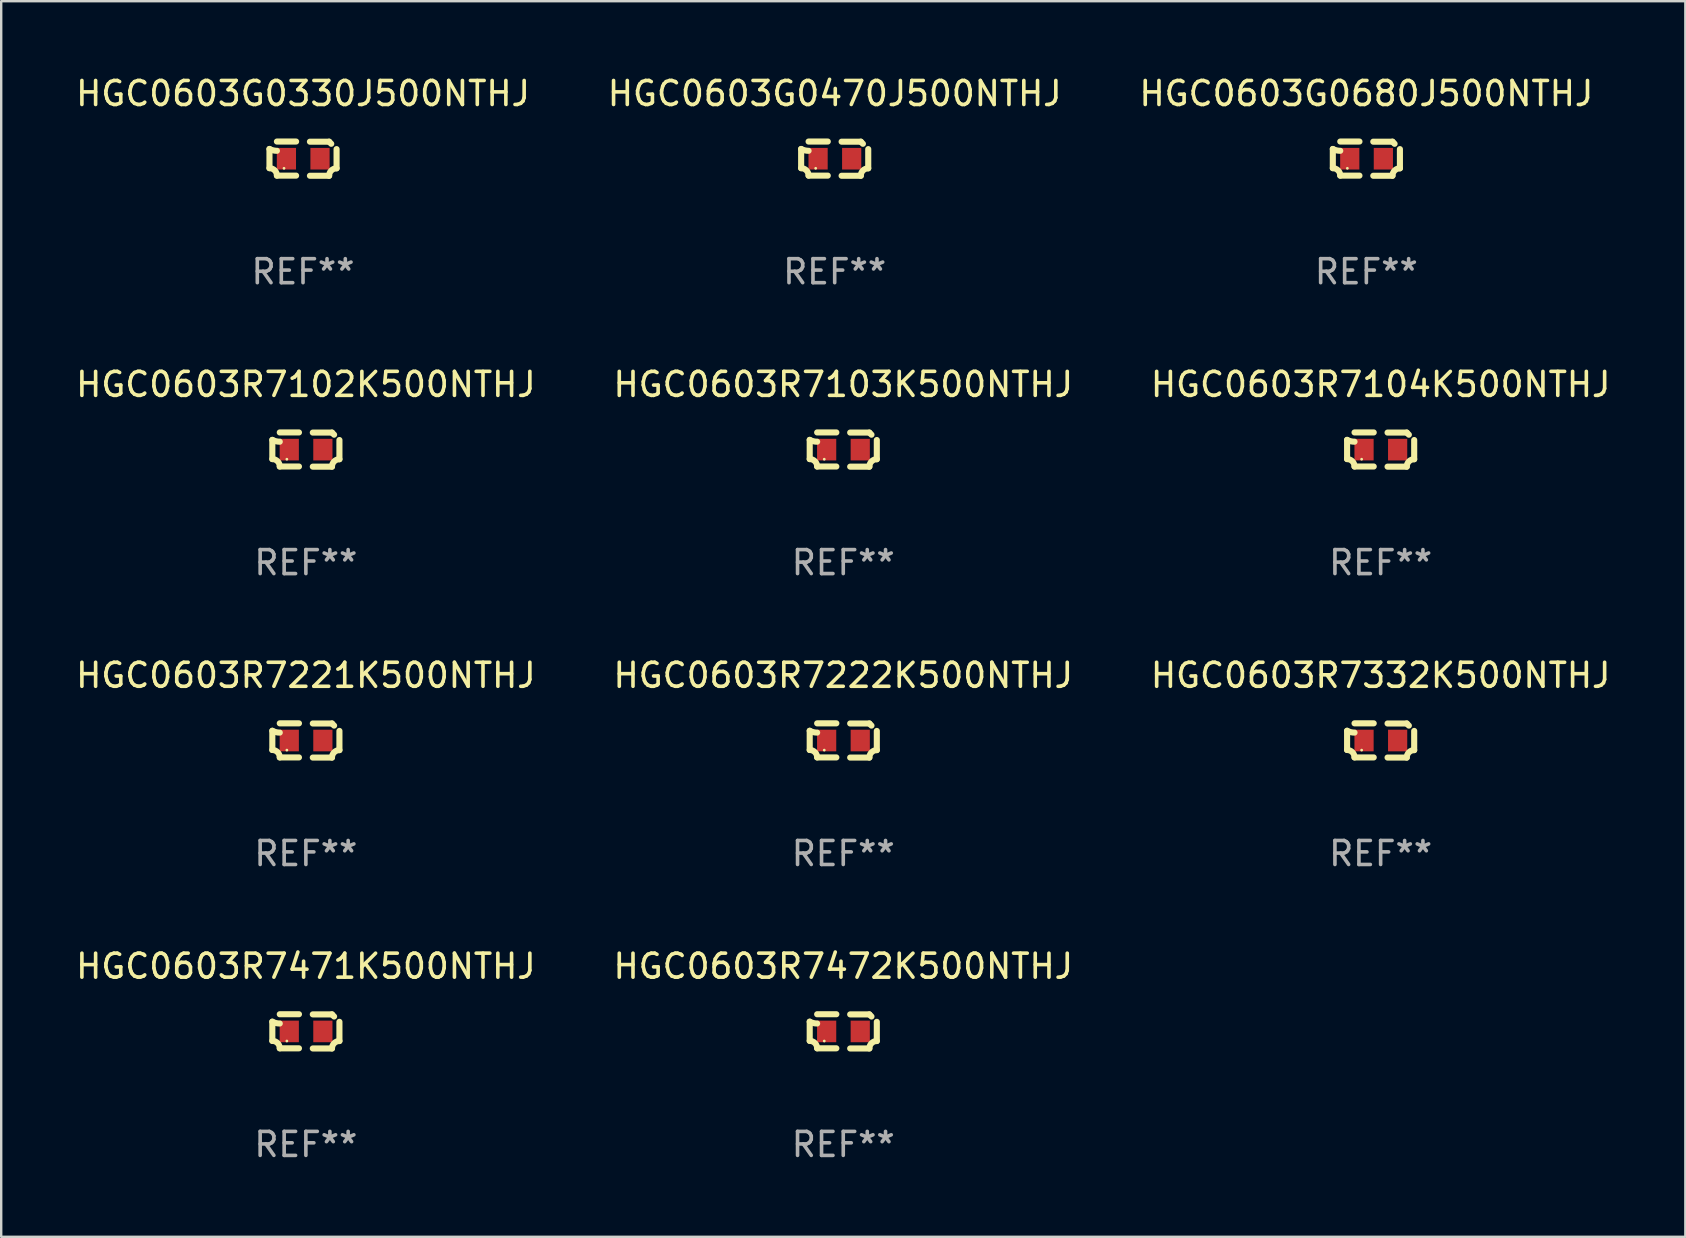
<source format=kicad_pcb>
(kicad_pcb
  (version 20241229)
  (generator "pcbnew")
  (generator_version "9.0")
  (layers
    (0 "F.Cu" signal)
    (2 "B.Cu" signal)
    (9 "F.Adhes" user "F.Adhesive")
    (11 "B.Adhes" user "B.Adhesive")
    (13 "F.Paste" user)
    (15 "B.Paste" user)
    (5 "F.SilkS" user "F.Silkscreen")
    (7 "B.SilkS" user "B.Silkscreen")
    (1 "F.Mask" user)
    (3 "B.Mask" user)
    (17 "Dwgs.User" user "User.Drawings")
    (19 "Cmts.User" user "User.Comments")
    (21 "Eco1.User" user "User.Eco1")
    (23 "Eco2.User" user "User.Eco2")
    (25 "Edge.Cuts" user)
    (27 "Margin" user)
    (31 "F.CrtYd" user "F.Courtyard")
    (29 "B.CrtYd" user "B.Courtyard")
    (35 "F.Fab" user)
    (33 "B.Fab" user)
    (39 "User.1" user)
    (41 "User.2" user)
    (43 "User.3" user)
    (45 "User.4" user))
  (footprint "HGC0603R7102K500NTHJ"
    (layer "F.Cu")
    (at 9.696 15.683)
    (property "Reference" "HGC0603R7102K500NTHJ" (at 0 -2.713 0) (layer "F.SilkS") (effects (font (size 1 1) (thickness 0.15))))
    (attr through_hole)
    (fp_line (start -1.398 -0.403) (end -1.398 0.397) (stroke (width 0.254) (type solid)) (layer "F.SilkS"))
    (fp_line (start -0.288 -0.713) (end -1.088 -0.713) (stroke (width 0.254) (type solid)) (layer "F.SilkS"))
    (fp_line (start -0.288 0.707) (end -1.088 0.707) (stroke (width 0.254) (type solid)) (layer "F.SilkS"))
    (fp_line (start 0.288 -0.707) (end 1.088 -0.707) (stroke (width 0.254) (type solid)) (layer "F.SilkS"))
    (fp_line (start 0.288 0.713) (end 1.088 0.713) (stroke (width 0.254) (type solid)) (layer "F.SilkS"))
    (fp_line (start 1.398 -0.397) (end 1.398 0.403) (stroke (width 0.254) (type solid)) (layer "F.SilkS"))
    (fp_arc (start -1.397789 0.397066) (mid -1.178701 0.487826) (end -1.08796 0.706922) (stroke (width 0.254001) (type solid)) (layer "F.SilkS"))
    (fp_arc (start -1.08796 -0.327176) (mid -1.247436 -0.346384) (end -1.39779 -0.402908) (stroke (width 0.254001) (type solid)) (layer "F.SilkS"))
    (fp_arc (start 1.087909 0.712738) (mid 1.178656 0.493655) (end 1.397739 0.402908) (stroke (width 0.254001) (type solid)) (layer "F.SilkS"))
    (fp_arc (start 1.175925 -0.618926) (mid 1.131917 -0.662923) (end 1.08791 -0.706922) (stroke (width 0.254001) (type solid)) (layer "F.SilkS"))
    (fp_circle (center -0.792 0.403) (end -0.762 0.403) (stroke (width 0.06) (type solid)) (fill no) (layer "F.SilkS"))
    (fp_text user "REF**" (at 0 4.713 0) (layer "F.Fab") (effects (font (size 1 1) (thickness 0.15))))
    (pad "1" smd rect (at -0.692 0.003) (size 0.8 0.9) (layers "F.Cu" "F.Mask" "F.Paste"))
    (pad "2" smd rect (at 0.708 0.003) (size 0.8 0.9) (layers "F.Cu" "F.Mask" "F.Paste")))
  (footprint "HGC0603R7104K500NTHJ"
    (layer "F.Cu")
    (at 54.482 15.683)
    (property "Reference" "HGC0603R7104K500NTHJ" (at 0 -2.713 0) (layer "F.SilkS") (effects (font (size 1 1) (thickness 0.15))))
    (attr through_hole)
    (fp_line (start -1.398 -0.403) (end -1.398 0.397) (stroke (width 0.254) (type solid)) (layer "F.SilkS"))
    (fp_line (start -0.288 -0.713) (end -1.088 -0.713) (stroke (width 0.254) (type solid)) (layer "F.SilkS"))
    (fp_line (start -0.288 0.707) (end -1.088 0.707) (stroke (width 0.254) (type solid)) (layer "F.SilkS"))
    (fp_line (start 0.288 -0.707) (end 1.088 -0.707) (stroke (width 0.254) (type solid)) (layer "F.SilkS"))
    (fp_line (start 0.288 0.713) (end 1.088 0.713) (stroke (width 0.254) (type solid)) (layer "F.SilkS"))
    (fp_line (start 1.398 -0.397) (end 1.398 0.403) (stroke (width 0.254) (type solid)) (layer "F.SilkS"))
    (fp_arc (start -1.397789 0.397066) (mid -1.178701 0.487826) (end -1.08796 0.706922) (stroke (width 0.254001) (type solid)) (layer "F.SilkS"))
    (fp_arc (start -1.08796 -0.327176) (mid -1.247436 -0.346384) (end -1.39779 -0.402908) (stroke (width 0.254001) (type solid)) (layer "F.SilkS"))
    (fp_arc (start 1.087909 0.712738) (mid 1.178656 0.493655) (end 1.397739 0.402908) (stroke (width 0.254001) (type solid)) (layer "F.SilkS"))
    (fp_arc (start 1.175925 -0.618926) (mid 1.131917 -0.662923) (end 1.08791 -0.706922) (stroke (width 0.254001) (type solid)) (layer "F.SilkS"))
    (fp_circle (center -0.792 0.403) (end -0.762 0.403) (stroke (width 0.06) (type solid)) (fill no) (layer "F.SilkS"))
    (fp_text user "REF**" (at 0 4.713 0) (layer "F.Fab") (effects (font (size 1 1) (thickness 0.15))))
    (pad "1" smd rect (at -0.692 0.003) (size 0.8 0.9) (layers "F.Cu" "F.Mask" "F.Paste"))
    (pad "2" smd rect (at 0.708 0.003) (size 0.8 0.9) (layers "F.Cu" "F.Mask" "F.Paste")))
  (footprint "HGC0603R7332K500NTHJ"
    (layer "F.Cu")
    (at 54.482 27.805)
    (property "Reference" "HGC0603R7332K500NTHJ" (at 0 -2.713 0) (layer "F.SilkS") (effects (font (size 1 1) (thickness 0.15))))
    (attr through_hole)
    (fp_line (start -1.398 -0.403) (end -1.398 0.397) (stroke (width 0.254) (type solid)) (layer "F.SilkS"))
    (fp_line (start -0.288 -0.713) (end -1.088 -0.713) (stroke (width 0.254) (type solid)) (layer "F.SilkS"))
    (fp_line (start -0.288 0.707) (end -1.088 0.707) (stroke (width 0.254) (type solid)) (layer "F.SilkS"))
    (fp_line (start 0.288 -0.707) (end 1.088 -0.707) (stroke (width 0.254) (type solid)) (layer "F.SilkS"))
    (fp_line (start 0.288 0.713) (end 1.088 0.713) (stroke (width 0.254) (type solid)) (layer "F.SilkS"))
    (fp_line (start 1.398 -0.397) (end 1.398 0.403) (stroke (width 0.254) (type solid)) (layer "F.SilkS"))
    (fp_arc (start -1.397789 0.397066) (mid -1.178701 0.487826) (end -1.08796 0.706922) (stroke (width 0.254001) (type solid)) (layer "F.SilkS"))
    (fp_arc (start -1.08796 -0.327176) (mid -1.247436 -0.346384) (end -1.39779 -0.402908) (stroke (width 0.254001) (type solid)) (layer "F.SilkS"))
    (fp_arc (start 1.087909 0.712738) (mid 1.178656 0.493655) (end 1.397739 0.402908) (stroke (width 0.254001) (type solid)) (layer "F.SilkS"))
    (fp_arc (start 1.175925 -0.618926) (mid 1.131917 -0.662923) (end 1.08791 -0.706922) (stroke (width 0.254001) (type solid)) (layer "F.SilkS"))
    (fp_circle (center -0.792 0.403) (end -0.762 0.403) (stroke (width 0.06) (type solid)) (fill no) (layer "F.SilkS"))
    (fp_text user "REF**" (at 0 4.713 0) (layer "F.Fab") (effects (font (size 1 1) (thickness 0.15))))
    (pad "1" smd rect (at -0.692 0.003) (size 0.8 0.9) (layers "F.Cu" "F.Mask" "F.Paste"))
    (pad "2" smd rect (at 0.708 0.003) (size 0.8 0.9) (layers "F.Cu" "F.Mask" "F.Paste")))
  (footprint "HGC0603G0330J500NTHJ"
    (layer "F.Cu")
    (at 9.577 3.561)
    (property "Reference" "HGC0603G0330J500NTHJ" (at 0 -2.713 0) (layer "F.SilkS") (effects (font (size 1 1) (thickness 0.15))))
    (attr through_hole)
    (fp_line (start -1.398 -0.403) (end -1.398 0.397) (stroke (width 0.254) (type solid)) (layer "F.SilkS"))
    (fp_line (start -0.288 -0.713) (end -1.088 -0.713) (stroke (width 0.254) (type solid)) (layer "F.SilkS"))
    (fp_line (start -0.288 0.707) (end -1.088 0.707) (stroke (width 0.254) (type solid)) (layer "F.SilkS"))
    (fp_line (start 0.288 -0.707) (end 1.088 -0.707) (stroke (width 0.254) (type solid)) (layer "F.SilkS"))
    (fp_line (start 0.288 0.713) (end 1.088 0.713) (stroke (width 0.254) (type solid)) (layer "F.SilkS"))
    (fp_line (start 1.398 -0.397) (end 1.398 0.403) (stroke (width 0.254) (type solid)) (layer "F.SilkS"))
    (fp_arc (start -1.397789 0.397066) (mid -1.178701 0.487826) (end -1.08796 0.706922) (stroke (width 0.254001) (type solid)) (layer "F.SilkS"))
    (fp_arc (start -1.08796 -0.327176) (mid -1.247436 -0.346384) (end -1.39779 -0.402908) (stroke (width 0.254001) (type solid)) (layer "F.SilkS"))
    (fp_arc (start 1.087909 0.712738) (mid 1.178656 0.493655) (end 1.397739 0.402908) (stroke (width 0.254001) (type solid)) (layer "F.SilkS"))
    (fp_arc (start 1.175925 -0.618926) (mid 1.131917 -0.662923) (end 1.08791 -0.706922) (stroke (width 0.254001) (type solid)) (layer "F.SilkS"))
    (fp_circle (center -0.792 0.403) (end -0.762 0.403) (stroke (width 0.06) (type solid)) (fill no) (layer "F.SilkS"))
    (fp_text user "REF**" (at 0 4.713 0) (layer "F.Fab") (effects (font (size 1 1) (thickness 0.15))))
    (pad "1" smd rect (at -0.692 0.003) (size 0.8 0.9) (layers "F.Cu" "F.Mask" "F.Paste"))
    (pad "2" smd rect (at 0.708 0.003) (size 0.8 0.9) (layers "F.Cu" "F.Mask" "F.Paste")))
  (footprint "HGC0603G0680J500NTHJ"
    (layer "F.Cu")
    (at 53.887 3.561)
    (property "Reference" "HGC0603G0680J500NTHJ" (at 0 -2.713 0) (layer "F.SilkS") (effects (font (size 1 1) (thickness 0.15))))
    (attr through_hole)
    (fp_line (start -1.398 -0.403) (end -1.398 0.397) (stroke (width 0.254) (type solid)) (layer "F.SilkS"))
    (fp_line (start -0.288 -0.713) (end -1.088 -0.713) (stroke (width 0.254) (type solid)) (layer "F.SilkS"))
    (fp_line (start -0.288 0.707) (end -1.088 0.707) (stroke (width 0.254) (type solid)) (layer "F.SilkS"))
    (fp_line (start 0.288 -0.707) (end 1.088 -0.707) (stroke (width 0.254) (type solid)) (layer "F.SilkS"))
    (fp_line (start 0.288 0.713) (end 1.088 0.713) (stroke (width 0.254) (type solid)) (layer "F.SilkS"))
    (fp_line (start 1.398 -0.397) (end 1.398 0.403) (stroke (width 0.254) (type solid)) (layer "F.SilkS"))
    (fp_arc (start -1.397789 0.397066) (mid -1.178701 0.487826) (end -1.08796 0.706922) (stroke (width 0.254001) (type solid)) (layer "F.SilkS"))
    (fp_arc (start -1.08796 -0.327176) (mid -1.247436 -0.346384) (end -1.39779 -0.402908) (stroke (width 0.254001) (type solid)) (layer "F.SilkS"))
    (fp_arc (start 1.087909 0.712738) (mid 1.178656 0.493655) (end 1.397739 0.402908) (stroke (width 0.254001) (type solid)) (layer "F.SilkS"))
    (fp_arc (start 1.175925 -0.618926) (mid 1.131917 -0.662923) (end 1.08791 -0.706922) (stroke (width 0.254001) (type solid)) (layer "F.SilkS"))
    (fp_circle (center -0.792 0.403) (end -0.762 0.403) (stroke (width 0.06) (type solid)) (fill no) (layer "F.SilkS"))
    (fp_text user "REF**" (at 0 4.713 0) (layer "F.Fab") (effects (font (size 1 1) (thickness 0.15))))
    (pad "1" smd rect (at -0.692 0.003) (size 0.8 0.9) (layers "F.Cu" "F.Mask" "F.Paste"))
    (pad "2" smd rect (at 0.708 0.003) (size 0.8 0.9) (layers "F.Cu" "F.Mask" "F.Paste")))
  (footprint "HGC0603R7472K500NTHJ"
    (layer "F.Cu")
    (at 32.089 39.927)
    (property "Reference" "HGC0603R7472K500NTHJ" (at 0 -2.713 0) (layer "F.SilkS") (effects (font (size 1 1) (thickness 0.15))))
    (attr through_hole)
    (fp_line (start -1.398 -0.403) (end -1.398 0.397) (stroke (width 0.254) (type solid)) (layer "F.SilkS"))
    (fp_line (start -0.288 -0.713) (end -1.088 -0.713) (stroke (width 0.254) (type solid)) (layer "F.SilkS"))
    (fp_line (start -0.288 0.707) (end -1.088 0.707) (stroke (width 0.254) (type solid)) (layer "F.SilkS"))
    (fp_line (start 0.288 -0.707) (end 1.088 -0.707) (stroke (width 0.254) (type solid)) (layer "F.SilkS"))
    (fp_line (start 0.288 0.713) (end 1.088 0.713) (stroke (width 0.254) (type solid)) (layer "F.SilkS"))
    (fp_line (start 1.398 -0.397) (end 1.398 0.403) (stroke (width 0.254) (type solid)) (layer "F.SilkS"))
    (fp_arc (start -1.397789 0.397066) (mid -1.178701 0.487826) (end -1.08796 0.706922) (stroke (width 0.254001) (type solid)) (layer "F.SilkS"))
    (fp_arc (start -1.08796 -0.327176) (mid -1.247436 -0.346384) (end -1.39779 -0.402908) (stroke (width 0.254001) (type solid)) (layer "F.SilkS"))
    (fp_arc (start 1.087909 0.712738) (mid 1.178656 0.493655) (end 1.397739 0.402908) (stroke (width 0.254001) (type solid)) (layer "F.SilkS"))
    (fp_arc (start 1.175925 -0.618926) (mid 1.131917 -0.662923) (end 1.08791 -0.706922) (stroke (width 0.254001) (type solid)) (layer "F.SilkS"))
    (fp_circle (center -0.792 0.403) (end -0.762 0.403) (stroke (width 0.06) (type solid)) (fill no) (layer "F.SilkS"))
    (fp_text user "REF**" (at 0 4.713 0) (layer "F.Fab") (effects (font (size 1 1) (thickness 0.15))))
    (pad "1" smd rect (at -0.692 0.003) (size 0.8 0.9) (layers "F.Cu" "F.Mask" "F.Paste"))
    (pad "2" smd rect (at 0.708 0.003) (size 0.8 0.9) (layers "F.Cu" "F.Mask" "F.Paste")))
  (footprint "HGC0603R7471K500NTHJ"
    (layer "F.Cu")
    (at 9.696 39.927)
    (property "Reference" "HGC0603R7471K500NTHJ" (at 0 -2.713 0) (layer "F.SilkS") (effects (font (size 1 1) (thickness 0.15))))
    (attr through_hole)
    (fp_line (start -1.398 -0.403) (end -1.398 0.397) (stroke (width 0.254) (type solid)) (layer "F.SilkS"))
    (fp_line (start -0.288 -0.713) (end -1.088 -0.713) (stroke (width 0.254) (type solid)) (layer "F.SilkS"))
    (fp_line (start -0.288 0.707) (end -1.088 0.707) (stroke (width 0.254) (type solid)) (layer "F.SilkS"))
    (fp_line (start 0.288 -0.707) (end 1.088 -0.707) (stroke (width 0.254) (type solid)) (layer "F.SilkS"))
    (fp_line (start 0.288 0.713) (end 1.088 0.713) (stroke (width 0.254) (type solid)) (layer "F.SilkS"))
    (fp_line (start 1.398 -0.397) (end 1.398 0.403) (stroke (width 0.254) (type solid)) (layer "F.SilkS"))
    (fp_arc (start -1.397789 0.397066) (mid -1.178701 0.487826) (end -1.08796 0.706922) (stroke (width 0.254001) (type solid)) (layer "F.SilkS"))
    (fp_arc (start -1.08796 -0.327176) (mid -1.247436 -0.346384) (end -1.39779 -0.402908) (stroke (width 0.254001) (type solid)) (layer "F.SilkS"))
    (fp_arc (start 1.087909 0.712738) (mid 1.178656 0.493655) (end 1.397739 0.402908) (stroke (width 0.254001) (type solid)) (layer "F.SilkS"))
    (fp_arc (start 1.175925 -0.618926) (mid 1.131917 -0.662923) (end 1.08791 -0.706922) (stroke (width 0.254001) (type solid)) (layer "F.SilkS"))
    (fp_circle (center -0.792 0.403) (end -0.762 0.403) (stroke (width 0.06) (type solid)) (fill no) (layer "F.SilkS"))
    (fp_text user "REF**" (at 0 4.713 0) (layer "F.Fab") (effects (font (size 1 1) (thickness 0.15))))
    (pad "1" smd rect (at -0.692 0.003) (size 0.8 0.9) (layers "F.Cu" "F.Mask" "F.Paste"))
    (pad "2" smd rect (at 0.708 0.003) (size 0.8 0.9) (layers "F.Cu" "F.Mask" "F.Paste")))
  (footprint "HGC0603G0470J500NTHJ"
    (layer "F.Cu")
    (at 31.732 3.561)
    (property "Reference" "HGC0603G0470J500NTHJ" (at 0 -2.713 0) (layer "F.SilkS") (effects (font (size 1 1) (thickness 0.15))))
    (attr through_hole)
    (fp_line (start -1.398 -0.403) (end -1.398 0.397) (stroke (width 0.254) (type solid)) (layer "F.SilkS"))
    (fp_line (start -0.288 -0.713) (end -1.088 -0.713) (stroke (width 0.254) (type solid)) (layer "F.SilkS"))
    (fp_line (start -0.288 0.707) (end -1.088 0.707) (stroke (width 0.254) (type solid)) (layer "F.SilkS"))
    (fp_line (start 0.288 -0.707) (end 1.088 -0.707) (stroke (width 0.254) (type solid)) (layer "F.SilkS"))
    (fp_line (start 0.288 0.713) (end 1.088 0.713) (stroke (width 0.254) (type solid)) (layer "F.SilkS"))
    (fp_line (start 1.398 -0.397) (end 1.398 0.403) (stroke (width 0.254) (type solid)) (layer "F.SilkS"))
    (fp_arc (start -1.397789 0.397066) (mid -1.178701 0.487826) (end -1.08796 0.706922) (stroke (width 0.254001) (type solid)) (layer "F.SilkS"))
    (fp_arc (start -1.08796 -0.327176) (mid -1.247436 -0.346384) (end -1.39779 -0.402908) (stroke (width 0.254001) (type solid)) (layer "F.SilkS"))
    (fp_arc (start 1.087909 0.712738) (mid 1.178656 0.493655) (end 1.397739 0.402908) (stroke (width 0.254001) (type solid)) (layer "F.SilkS"))
    (fp_arc (start 1.175925 -0.618926) (mid 1.131917 -0.662923) (end 1.08791 -0.706922) (stroke (width 0.254001) (type solid)) (layer "F.SilkS"))
    (fp_circle (center -0.792 0.403) (end -0.762 0.403) (stroke (width 0.06) (type solid)) (fill no) (layer "F.SilkS"))
    (fp_text user "REF**" (at 0 4.713 0) (layer "F.Fab") (effects (font (size 1 1) (thickness 0.15))))
    (pad "1" smd rect (at -0.692 0.003) (size 0.8 0.9) (layers "F.Cu" "F.Mask" "F.Paste"))
    (pad "2" smd rect (at 0.708 0.003) (size 0.8 0.9) (layers "F.Cu" "F.Mask" "F.Paste")))
  (footprint "HGC0603R7221K500NTHJ"
    (layer "F.Cu")
    (at 9.696 27.805)
    (property "Reference" "HGC0603R7221K500NTHJ" (at 0 -2.713 0) (layer "F.SilkS") (effects (font (size 1 1) (thickness 0.15))))
    (attr through_hole)
    (fp_line (start -1.398 -0.403) (end -1.398 0.397) (stroke (width 0.254) (type solid)) (layer "F.SilkS"))
    (fp_line (start -0.288 -0.713) (end -1.088 -0.713) (stroke (width 0.254) (type solid)) (layer "F.SilkS"))
    (fp_line (start -0.288 0.707) (end -1.088 0.707) (stroke (width 0.254) (type solid)) (layer "F.SilkS"))
    (fp_line (start 0.288 -0.707) (end 1.088 -0.707) (stroke (width 0.254) (type solid)) (layer "F.SilkS"))
    (fp_line (start 0.288 0.713) (end 1.088 0.713) (stroke (width 0.254) (type solid)) (layer "F.SilkS"))
    (fp_line (start 1.398 -0.397) (end 1.398 0.403) (stroke (width 0.254) (type solid)) (layer "F.SilkS"))
    (fp_arc (start -1.397789 0.397066) (mid -1.178701 0.487826) (end -1.08796 0.706922) (stroke (width 0.254001) (type solid)) (layer "F.SilkS"))
    (fp_arc (start -1.08796 -0.327176) (mid -1.247436 -0.346384) (end -1.39779 -0.402908) (stroke (width 0.254001) (type solid)) (layer "F.SilkS"))
    (fp_arc (start 1.087909 0.712738) (mid 1.178656 0.493655) (end 1.397739 0.402908) (stroke (width 0.254001) (type solid)) (layer "F.SilkS"))
    (fp_arc (start 1.175925 -0.618926) (mid 1.131917 -0.662923) (end 1.08791 -0.706922) (stroke (width 0.254001) (type solid)) (layer "F.SilkS"))
    (fp_circle (center -0.792 0.403) (end -0.762 0.403) (stroke (width 0.06) (type solid)) (fill no) (layer "F.SilkS"))
    (fp_text user "REF**" (at 0 4.713 0) (layer "F.Fab") (effects (font (size 1 1) (thickness 0.15))))
    (pad "1" smd rect (at -0.692 0.003) (size 0.8 0.9) (layers "F.Cu" "F.Mask" "F.Paste"))
    (pad "2" smd rect (at 0.708 0.003) (size 0.8 0.9) (layers "F.Cu" "F.Mask" "F.Paste")))
  (footprint "HGC0603R7103K500NTHJ"
    (layer "F.Cu")
    (at 32.089 15.683)
    (property "Reference" "HGC0603R7103K500NTHJ" (at 0 -2.713 0) (layer "F.SilkS") (effects (font (size 1 1) (thickness 0.15))))
    (attr through_hole)
    (fp_line (start -1.398 -0.403) (end -1.398 0.397) (stroke (width 0.254) (type solid)) (layer "F.SilkS"))
    (fp_line (start -0.288 -0.713) (end -1.088 -0.713) (stroke (width 0.254) (type solid)) (layer "F.SilkS"))
    (fp_line (start -0.288 0.707) (end -1.088 0.707) (stroke (width 0.254) (type solid)) (layer "F.SilkS"))
    (fp_line (start 0.288 -0.707) (end 1.088 -0.707) (stroke (width 0.254) (type solid)) (layer "F.SilkS"))
    (fp_line (start 0.288 0.713) (end 1.088 0.713) (stroke (width 0.254) (type solid)) (layer "F.SilkS"))
    (fp_line (start 1.398 -0.397) (end 1.398 0.403) (stroke (width 0.254) (type solid)) (layer "F.SilkS"))
    (fp_arc (start -1.397789 0.397066) (mid -1.178701 0.487826) (end -1.08796 0.706922) (stroke (width 0.254001) (type solid)) (layer "F.SilkS"))
    (fp_arc (start -1.08796 -0.327176) (mid -1.247436 -0.346384) (end -1.39779 -0.402908) (stroke (width 0.254001) (type solid)) (layer "F.SilkS"))
    (fp_arc (start 1.087909 0.712738) (mid 1.178656 0.493655) (end 1.397739 0.402908) (stroke (width 0.254001) (type solid)) (layer "F.SilkS"))
    (fp_arc (start 1.175925 -0.618926) (mid 1.131917 -0.662923) (end 1.08791 -0.706922) (stroke (width 0.254001) (type solid)) (layer "F.SilkS"))
    (fp_circle (center -0.792 0.403) (end -0.762 0.403) (stroke (width 0.06) (type solid)) (fill no) (layer "F.SilkS"))
    (fp_text user "REF**" (at 0 4.713 0) (layer "F.Fab") (effects (font (size 1 1) (thickness 0.15))))
    (pad "1" smd rect (at -0.692 0.003) (size 0.8 0.9) (layers "F.Cu" "F.Mask" "F.Paste"))
    (pad "2" smd rect (at 0.708 0.003) (size 0.8 0.9) (layers "F.Cu" "F.Mask" "F.Paste")))
  (footprint "HGC0603R7222K500NTHJ"
    (layer "F.Cu")
    (at 32.089 27.805)
    (property "Reference" "HGC0603R7222K500NTHJ" (at 0 -2.713 0) (layer "F.SilkS") (effects (font (size 1 1) (thickness 0.15))))
    (attr through_hole)
    (fp_line (start -1.398 -0.403) (end -1.398 0.397) (stroke (width 0.254) (type solid)) (layer "F.SilkS"))
    (fp_line (start -0.288 -0.713) (end -1.088 -0.713) (stroke (width 0.254) (type solid)) (layer "F.SilkS"))
    (fp_line (start -0.288 0.707) (end -1.088 0.707) (stroke (width 0.254) (type solid)) (layer "F.SilkS"))
    (fp_line (start 0.288 -0.707) (end 1.088 -0.707) (stroke (width 0.254) (type solid)) (layer "F.SilkS"))
    (fp_line (start 0.288 0.713) (end 1.088 0.713) (stroke (width 0.254) (type solid)) (layer "F.SilkS"))
    (fp_line (start 1.398 -0.397) (end 1.398 0.403) (stroke (width 0.254) (type solid)) (layer "F.SilkS"))
    (fp_arc (start -1.397789 0.397066) (mid -1.178701 0.487826) (end -1.08796 0.706922) (stroke (width 0.254001) (type solid)) (layer "F.SilkS"))
    (fp_arc (start -1.08796 -0.327176) (mid -1.247436 -0.346384) (end -1.39779 -0.402908) (stroke (width 0.254001) (type solid)) (layer "F.SilkS"))
    (fp_arc (start 1.087909 0.712738) (mid 1.178656 0.493655) (end 1.397739 0.402908) (stroke (width 0.254001) (type solid)) (layer "F.SilkS"))
    (fp_arc (start 1.175925 -0.618926) (mid 1.131917 -0.662923) (end 1.08791 -0.706922) (stroke (width 0.254001) (type solid)) (layer "F.SilkS"))
    (fp_circle (center -0.792 0.403) (end -0.762 0.403) (stroke (width 0.06) (type solid)) (fill no) (layer "F.SilkS"))
    (fp_text user "REF**" (at 0 4.713 0) (layer "F.Fab") (effects (font (size 1 1) (thickness 0.15))))
    (pad "1" smd rect (at -0.692 0.003) (size 0.8 0.9) (layers "F.Cu" "F.Mask" "F.Paste"))
    (pad "2" smd rect (at 0.708 0.003) (size 0.8 0.9) (layers "F.Cu" "F.Mask" "F.Paste")))
  (gr_rect
    (start -3 -3)
    (end 67.179 48.488)
    (stroke (width 0.1) (type default))
    (fill no)
    (layer "Edge.Cuts")))
</source>
